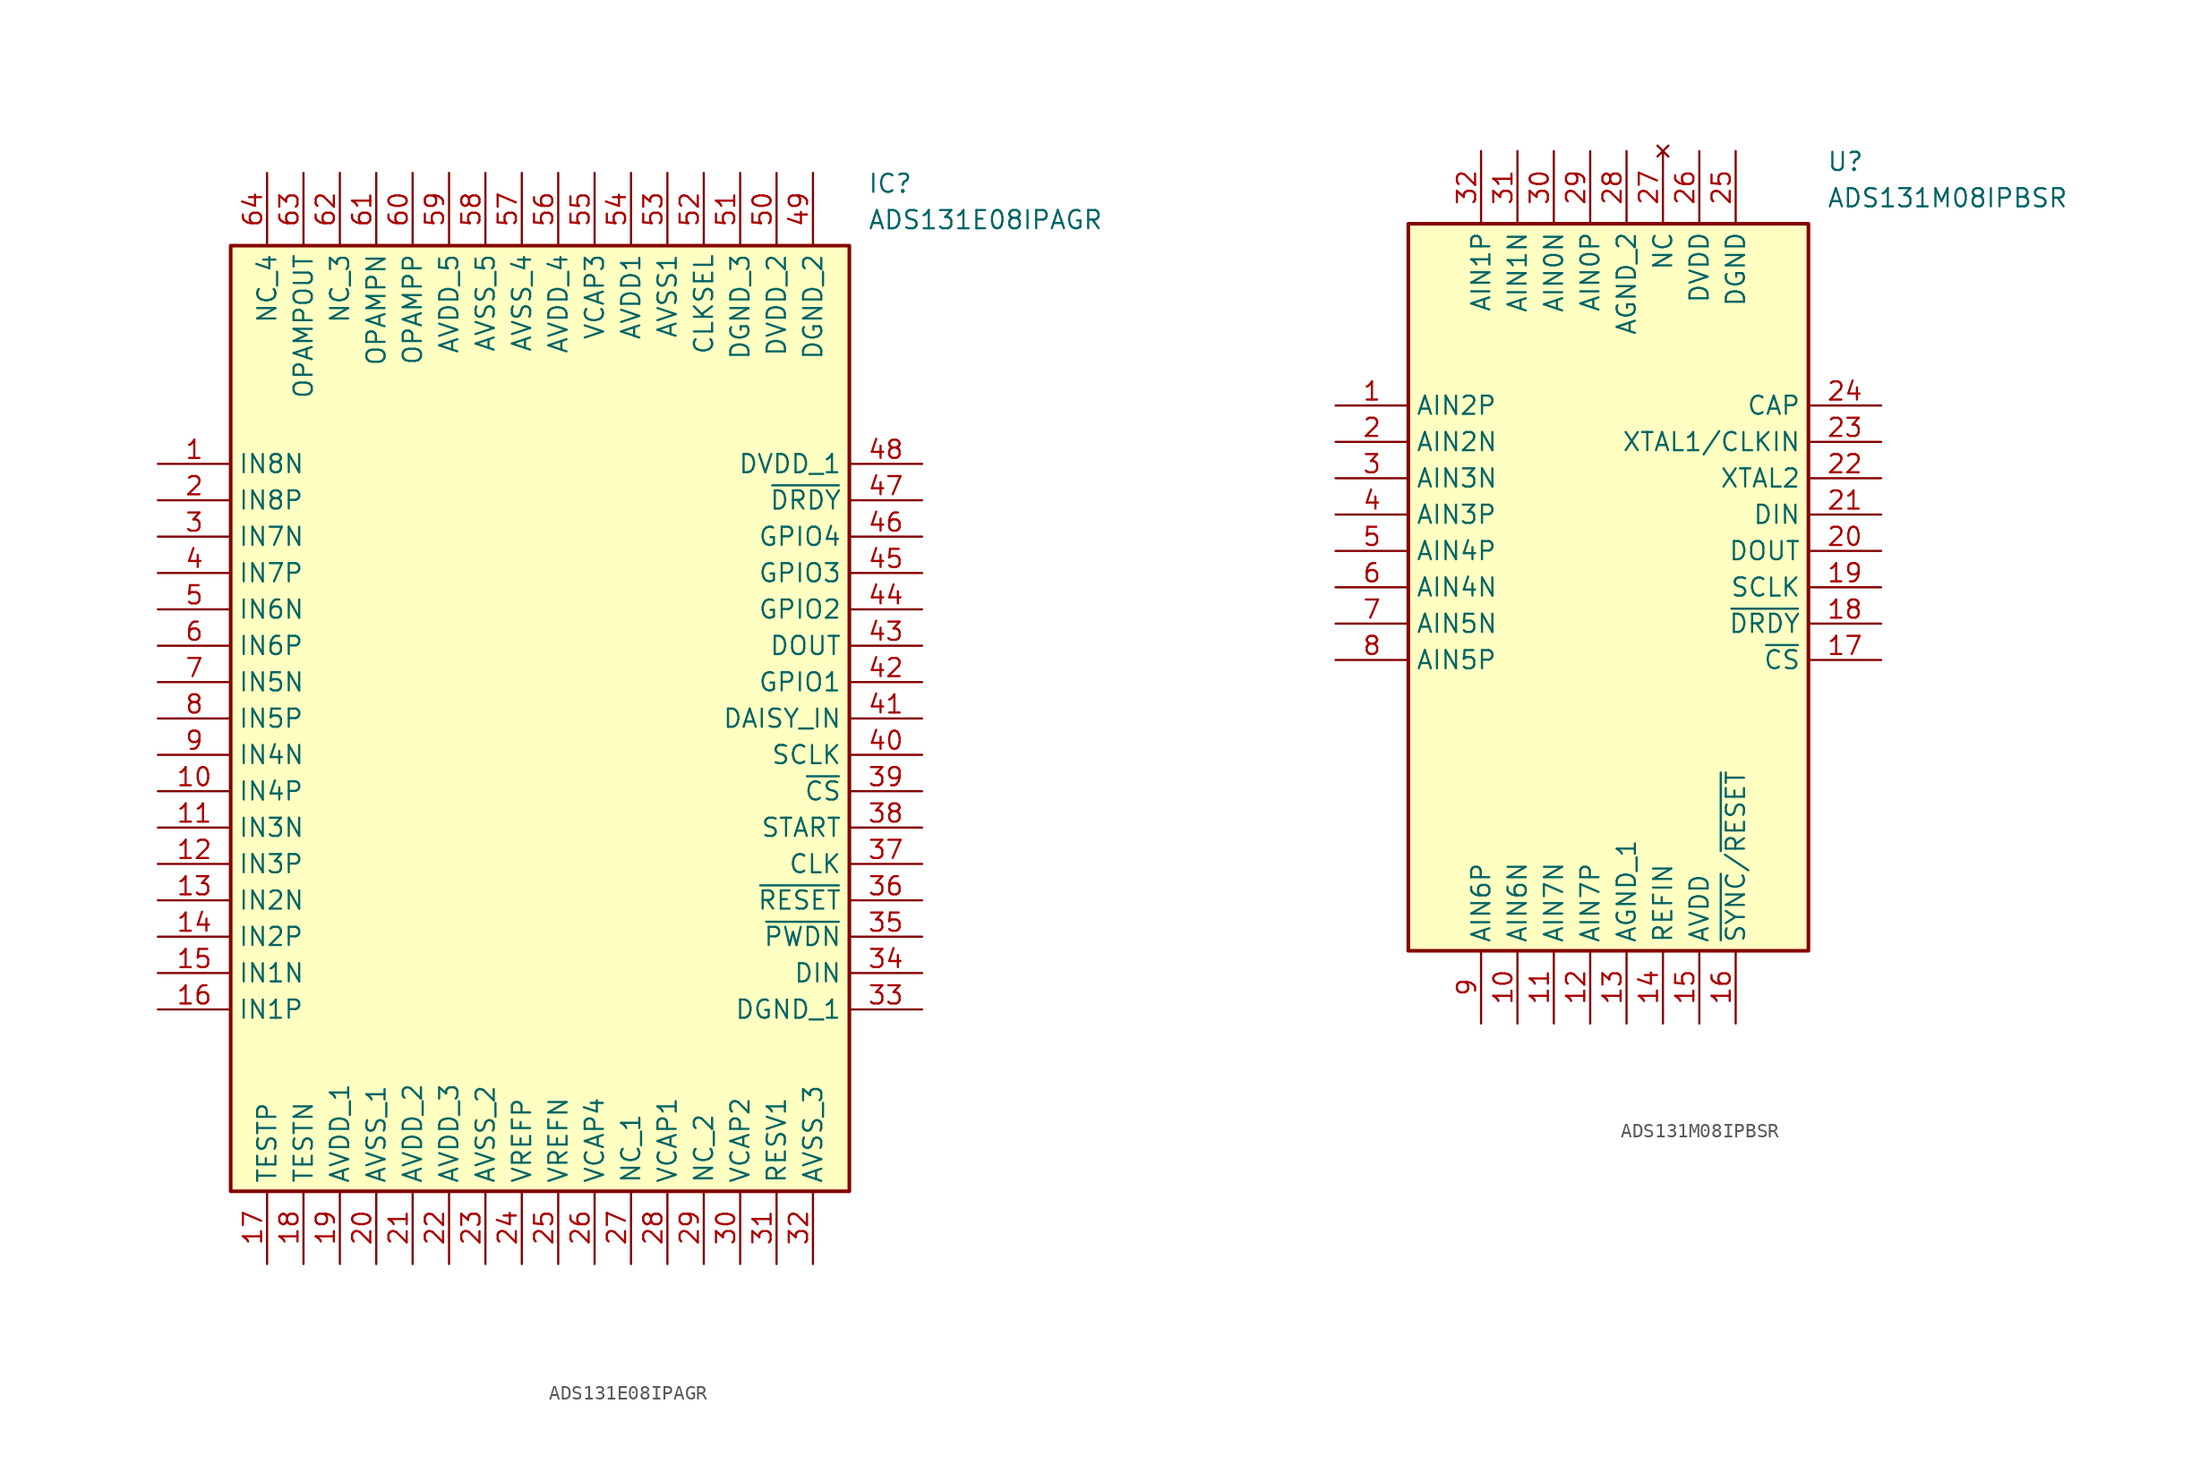
<source format=kicad_sym>
(kicad_symbol_lib
  (version 20231120)
  (generator "kicad_symbol_editor")
  (generator_version "8.0")
  (symbol "ADS131E08IPAGR"
    (property "Reference" "IC"
      (at 49.53 20.32 0)
      (effects (font (size 1.27 1.27)) (justify left top)))
    (property "Value" "ADS131E08IPAGR"
      (at 49.53 17.78 0)
      (effects (font (size 1.27 1.27)) (justify left top)))
    (symbol "ADS131E08IPAGR_1_1"
      (rectangle (start 5.08 15.24) (end 48.26 -50.8) (stroke (width 0.254) (type default)) (fill (type background)))
      (pin passive line (at 0 0 0) (length 5.08) (name "IN8N" (effects (font (size 1.27 1.27)))) (number "1" (effects (font (size 1.27 1.27)))))
      (pin passive line (at 0 -22.86 0) (length 5.08) (name "IN4P" (effects (font (size 1.27 1.27)))) (number "10" (effects (font (size 1.27 1.27)))))
      (pin passive line (at 0 -25.4 0) (length 5.08) (name "IN3N" (effects (font (size 1.27 1.27)))) (number "11" (effects (font (size 1.27 1.27)))))
      (pin passive line (at 0 -27.94 0) (length 5.08) (name "IN3P" (effects (font (size 1.27 1.27)))) (number "12" (effects (font (size 1.27 1.27)))))
      (pin passive line (at 0 -30.48 0) (length 5.08) (name "IN2N" (effects (font (size 1.27 1.27)))) (number "13" (effects (font (size 1.27 1.27)))))
      (pin passive line (at 0 -33.02 0) (length 5.08) (name "IN2P" (effects (font (size 1.27 1.27)))) (number "14" (effects (font (size 1.27 1.27)))))
      (pin passive line (at 0 -35.56 0) (length 5.08) (name "IN1N" (effects (font (size 1.27 1.27)))) (number "15" (effects (font (size 1.27 1.27)))))
      (pin passive line (at 0 -38.1 0) (length 5.08) (name "IN1P" (effects (font (size 1.27 1.27)))) (number "16" (effects (font (size 1.27 1.27)))))
      (pin passive line (at 7.62 -55.88 90) (length 5.08) (name "TESTP" (effects (font (size 1.27 1.27)))) (number "17" (effects (font (size 1.27 1.27)))))
      (pin passive line (at 10.16 -55.88 90) (length 5.08) (name "TESTN" (effects (font (size 1.27 1.27)))) (number "18" (effects (font (size 1.27 1.27)))))
      (pin passive line (at 12.7 -55.88 90) (length 5.08) (name "AVDD_1" (effects (font (size 1.27 1.27)))) (number "19" (effects (font (size 1.27 1.27)))))
      (pin passive line (at 0 -2.54 0) (length 5.08) (name "IN8P" (effects (font (size 1.27 1.27)))) (number "2" (effects (font (size 1.27 1.27)))))
      (pin passive line (at 15.24 -55.88 90) (length 5.08) (name "AVSS_1" (effects (font (size 1.27 1.27)))) (number "20" (effects (font (size 1.27 1.27)))))
      (pin passive line (at 17.78 -55.88 90) (length 5.08) (name "AVDD_2" (effects (font (size 1.27 1.27)))) (number "21" (effects (font (size 1.27 1.27)))))
      (pin passive line (at 20.32 -55.88 90) (length 5.08) (name "AVDD_3" (effects (font (size 1.27 1.27)))) (number "22" (effects (font (size 1.27 1.27)))))
      (pin passive line (at 22.86 -55.88 90) (length 5.08) (name "AVSS_2" (effects (font (size 1.27 1.27)))) (number "23" (effects (font (size 1.27 1.27)))))
      (pin passive line (at 25.4 -55.88 90) (length 5.08) (name "VREFP" (effects (font (size 1.27 1.27)))) (number "24" (effects (font (size 1.27 1.27)))))
      (pin passive line (at 27.94 -55.88 90) (length 5.08) (name "VREFN" (effects (font (size 1.27 1.27)))) (number "25" (effects (font (size 1.27 1.27)))))
      (pin passive line (at 30.48 -55.88 90) (length 5.08) (name "VCAP4" (effects (font (size 1.27 1.27)))) (number "26" (effects (font (size 1.27 1.27)))))
      (pin passive line (at 33.02 -55.88 90) (length 5.08) (name "NC_1" (effects (font (size 1.27 1.27)))) (number "27" (effects (font (size 1.27 1.27)))))
      (pin passive line (at 35.56 -55.88 90) (length 5.08) (name "VCAP1" (effects (font (size 1.27 1.27)))) (number "28" (effects (font (size 1.27 1.27)))))
      (pin passive line (at 38.1 -55.88 90) (length 5.08) (name "NC_2" (effects (font (size 1.27 1.27)))) (number "29" (effects (font (size 1.27 1.27)))))
      (pin passive line (at 0 -5.08 0) (length 5.08) (name "IN7N" (effects (font (size 1.27 1.27)))) (number "3" (effects (font (size 1.27 1.27)))))
      (pin passive line (at 40.64 -55.88 90) (length 5.08) (name "VCAP2" (effects (font (size 1.27 1.27)))) (number "30" (effects (font (size 1.27 1.27)))))
      (pin passive line (at 43.18 -55.88 90) (length 5.08) (name "RESV1" (effects (font (size 1.27 1.27)))) (number "31" (effects (font (size 1.27 1.27)))))
      (pin passive line (at 45.72 -55.88 90) (length 5.08) (name "AVSS_3" (effects (font (size 1.27 1.27)))) (number "32" (effects (font (size 1.27 1.27)))))
      (pin passive line (at 53.34 -38.1 180) (length 5.08) (name "DGND_1" (effects (font (size 1.27 1.27)))) (number "33" (effects (font (size 1.27 1.27)))))
      (pin passive line (at 53.34 -35.56 180) (length 5.08) (name "DIN" (effects (font (size 1.27 1.27)))) (number "34" (effects (font (size 1.27 1.27)))))
      (pin passive line (at 53.34 -33.02 180) (length 5.08) (name "~{PWDN}" (effects (font (size 1.27 1.27)))) (number "35" (effects (font (size 1.27 1.27)))))
      (pin passive line (at 53.34 -30.48 180) (length 5.08) (name "~{RESET}" (effects (font (size 1.27 1.27)))) (number "36" (effects (font (size 1.27 1.27)))))
      (pin passive line (at 53.34 -27.94 180) (length 5.08) (name "CLK" (effects (font (size 1.27 1.27)))) (number "37" (effects (font (size 1.27 1.27)))))
      (pin passive line (at 53.34 -25.4 180) (length 5.08) (name "START" (effects (font (size 1.27 1.27)))) (number "38" (effects (font (size 1.27 1.27)))))
      (pin passive line (at 53.34 -22.86 180) (length 5.08) (name "~{CS}" (effects (font (size 1.27 1.27)))) (number "39" (effects (font (size 1.27 1.27)))))
      (pin passive line (at 0 -7.62 0) (length 5.08) (name "IN7P" (effects (font (size 1.27 1.27)))) (number "4" (effects (font (size 1.27 1.27)))))
      (pin passive line (at 53.34 -20.32 180) (length 5.08) (name "SCLK" (effects (font (size 1.27 1.27)))) (number "40" (effects (font (size 1.27 1.27)))))
      (pin passive line (at 53.34 -17.78 180) (length 5.08) (name "DAISY_IN" (effects (font (size 1.27 1.27)))) (number "41" (effects (font (size 1.27 1.27)))))
      (pin passive line (at 53.34 -15.24 180) (length 5.08) (name "GPIO1" (effects (font (size 1.27 1.27)))) (number "42" (effects (font (size 1.27 1.27)))))
      (pin passive line (at 53.34 -12.7 180) (length 5.08) (name "DOUT" (effects (font (size 1.27 1.27)))) (number "43" (effects (font (size 1.27 1.27)))))
      (pin passive line (at 53.34 -10.16 180) (length 5.08) (name "GPIO2" (effects (font (size 1.27 1.27)))) (number "44" (effects (font (size 1.27 1.27)))))
      (pin passive line (at 53.34 -7.62 180) (length 5.08) (name "GPIO3" (effects (font (size 1.27 1.27)))) (number "45" (effects (font (size 1.27 1.27)))))
      (pin passive line (at 53.34 -5.08 180) (length 5.08) (name "GPIO4" (effects (font (size 1.27 1.27)))) (number "46" (effects (font (size 1.27 1.27)))))
      (pin passive line (at 53.34 -2.54 180) (length 5.08) (name "~{DRDY}" (effects (font (size 1.27 1.27)))) (number "47" (effects (font (size 1.27 1.27)))))
      (pin passive line (at 53.34 0 180) (length 5.08) (name "DVDD_1" (effects (font (size 1.27 1.27)))) (number "48" (effects (font (size 1.27 1.27)))))
      (pin passive line (at 45.72 20.32 270) (length 5.08) (name "DGND_2" (effects (font (size 1.27 1.27)))) (number "49" (effects (font (size 1.27 1.27)))))
      (pin passive line (at 0 -10.16 0) (length 5.08) (name "IN6N" (effects (font (size 1.27 1.27)))) (number "5" (effects (font (size 1.27 1.27)))))
      (pin passive line (at 43.18 20.32 270) (length 5.08) (name "DVDD_2" (effects (font (size 1.27 1.27)))) (number "50" (effects (font (size 1.27 1.27)))))
      (pin passive line (at 40.64 20.32 270) (length 5.08) (name "DGND_3" (effects (font (size 1.27 1.27)))) (number "51" (effects (font (size 1.27 1.27)))))
      (pin passive line (at 38.1 20.32 270) (length 5.08) (name "CLKSEL" (effects (font (size 1.27 1.27)))) (number "52" (effects (font (size 1.27 1.27)))))
      (pin passive line (at 35.56 20.32 270) (length 5.08) (name "AVSS1" (effects (font (size 1.27 1.27)))) (number "53" (effects (font (size 1.27 1.27)))))
      (pin passive line (at 33.02 20.32 270) (length 5.08) (name "AVDD1" (effects (font (size 1.27 1.27)))) (number "54" (effects (font (size 1.27 1.27)))))
      (pin passive line (at 30.48 20.32 270) (length 5.08) (name "VCAP3" (effects (font (size 1.27 1.27)))) (number "55" (effects (font (size 1.27 1.27)))))
      (pin passive line (at 27.94 20.32 270) (length 5.08) (name "AVDD_4" (effects (font (size 1.27 1.27)))) (number "56" (effects (font (size 1.27 1.27)))))
      (pin passive line (at 25.4 20.32 270) (length 5.08) (name "AVSS_4" (effects (font (size 1.27 1.27)))) (number "57" (effects (font (size 1.27 1.27)))))
      (pin passive line (at 22.86 20.32 270) (length 5.08) (name "AVSS_5" (effects (font (size 1.27 1.27)))) (number "58" (effects (font (size 1.27 1.27)))))
      (pin passive line (at 20.32 20.32 270) (length 5.08) (name "AVDD_5" (effects (font (size 1.27 1.27)))) (number "59" (effects (font (size 1.27 1.27)))))
      (pin passive line (at 0 -12.7 0) (length 5.08) (name "IN6P" (effects (font (size 1.27 1.27)))) (number "6" (effects (font (size 1.27 1.27)))))
      (pin passive line (at 17.78 20.32 270) (length 5.08) (name "OPAMPP" (effects (font (size 1.27 1.27)))) (number "60" (effects (font (size 1.27 1.27)))))
      (pin passive line (at 15.24 20.32 270) (length 5.08) (name "OPAMPN" (effects (font (size 1.27 1.27)))) (number "61" (effects (font (size 1.27 1.27)))))
      (pin passive line (at 12.7 20.32 270) (length 5.08) (name "NC_3" (effects (font (size 1.27 1.27)))) (number "62" (effects (font (size 1.27 1.27)))))
      (pin passive line (at 10.16 20.32 270) (length 5.08) (name "OPAMPOUT" (effects (font (size 1.27 1.27)))) (number "63" (effects (font (size 1.27 1.27)))))
      (pin passive line (at 7.62 20.32 270) (length 5.08) (name "NC_4" (effects (font (size 1.27 1.27)))) (number "64" (effects (font (size 1.27 1.27)))))
      (pin passive line (at 0 -15.24 0) (length 5.08) (name "IN5N" (effects (font (size 1.27 1.27)))) (number "7" (effects (font (size 1.27 1.27)))))
      (pin passive line (at 0 -17.78 0) (length 5.08) (name "IN5P" (effects (font (size 1.27 1.27)))) (number "8" (effects (font (size 1.27 1.27)))))
      (pin passive line (at 0 -20.32 0) (length 5.08) (name "IN4N" (effects (font (size 1.27 1.27)))) (number "9" (effects (font (size 1.27 1.27)))))))
  (symbol "ADS131M08IPBSR"
    (property "Reference" "U"
      (at 34.29 17.78 0)
      (effects (font (size 1.27 1.27)) (justify left top)))
    (property "Value" "ADS131M08IPBSR"
      (at 34.29 15.24 0)
      (effects (font (size 1.27 1.27)) (justify left top)))
    (symbol "ADS131M08IPBSR_1_1"
      (rectangle (start 5.08 12.7) (end 33.02 -38.1) (stroke (width 0.254) (type default)) (fill (type background)))
      (pin input line (at 0 0 0) (length 5.08) (name "AIN2P" (effects (font (size 1.27 1.27)))) (number "1" (effects (font (size 1.27 1.27)))))
      (pin input line (at 12.7 -43.18 90) (length 5.08) (name "AIN6N" (effects (font (size 1.27 1.27)))) (number "10" (effects (font (size 1.27 1.27)))))
      (pin input line (at 15.24 -43.18 90) (length 5.08) (name "AIN7N" (effects (font (size 1.27 1.27)))) (number "11" (effects (font (size 1.27 1.27)))))
      (pin input line (at 17.78 -43.18 90) (length 5.08) (name "AIN7P" (effects (font (size 1.27 1.27)))) (number "12" (effects (font (size 1.27 1.27)))))
      (pin power_in line (at 20.32 -43.18 90) (length 5.08) (name "AGND_1" (effects (font (size 1.27 1.27)))) (number "13" (effects (font (size 1.27 1.27)))))
      (pin passive line (at 22.86 -43.18 90) (length 5.08) (name "REFIN" (effects (font (size 1.27 1.27)))) (number "14" (effects (font (size 1.27 1.27)))))
      (pin power_in line (at 25.4 -43.18 90) (length 5.08) (name "AVDD" (effects (font (size 1.27 1.27)))) (number "15" (effects (font (size 1.27 1.27)))))
      (pin input line (at 27.94 -43.18 90) (length 5.08) (name "~{SYNC}/~{RESET}" (effects (font (size 1.27 1.27)))) (number "16" (effects (font (size 1.27 1.27)))))
      (pin input line (at 38.1 -17.78 180) (length 5.08) (name "~{CS}" (effects (font (size 1.27 1.27)))) (number "17" (effects (font (size 1.27 1.27)))))
      (pin output line (at 38.1 -15.24 180) (length 5.08) (name "~{DRDY}" (effects (font (size 1.27 1.27)))) (number "18" (effects (font (size 1.27 1.27)))))
      (pin input line (at 38.1 -12.7 180) (length 5.08) (name "SCLK" (effects (font (size 1.27 1.27)))) (number "19" (effects (font (size 1.27 1.27)))))
      (pin input line (at 0 -2.54 0) (length 5.08) (name "AIN2N" (effects (font (size 1.27 1.27)))) (number "2" (effects (font (size 1.27 1.27)))))
      (pin output line (at 38.1 -10.16 180) (length 5.08) (name "DOUT" (effects (font (size 1.27 1.27)))) (number "20" (effects (font (size 1.27 1.27)))))
      (pin input line (at 38.1 -7.62 180) (length 5.08) (name "DIN" (effects (font (size 1.27 1.27)))) (number "21" (effects (font (size 1.27 1.27)))))
      (pin output line (at 38.1 -5.08 180) (length 5.08) (name "XTAL2" (effects (font (size 1.27 1.27)))) (number "22" (effects (font (size 1.27 1.27)))))
      (pin input line (at 38.1 -2.54 180) (length 5.08) (name "XTAL1/CLKIN" (effects (font (size 1.27 1.27)))) (number "23" (effects (font (size 1.27 1.27)))))
      (pin output line (at 38.1 0 180) (length 5.08) (name "CAP" (effects (font (size 1.27 1.27)))) (number "24" (effects (font (size 1.27 1.27)))))
      (pin power_in line (at 27.94 17.78 270) (length 5.08) (name "DGND" (effects (font (size 1.27 1.27)))) (number "25" (effects (font (size 1.27 1.27)))))
      (pin power_in line (at 25.4 17.78 270) (length 5.08) (name "DVDD" (effects (font (size 1.27 1.27)))) (number "26" (effects (font (size 1.27 1.27)))))
      (pin no_connect line (at 22.86 17.78 270) (length 5.08) (name "NC" (effects (font (size 1.27 1.27)))) (number "27" (effects (font (size 1.27 1.27)))))
      (pin power_in line (at 20.32 17.78 270) (length 5.08) (name "AGND_2" (effects (font (size 1.27 1.27)))) (number "28" (effects (font (size 1.27 1.27)))))
      (pin input line (at 17.78 17.78 270) (length 5.08) (name "AIN0P" (effects (font (size 1.27 1.27)))) (number "29" (effects (font (size 1.27 1.27)))))
      (pin input line (at 0 -5.08 0) (length 5.08) (name "AIN3N" (effects (font (size 1.27 1.27)))) (number "3" (effects (font (size 1.27 1.27)))))
      (pin input line (at 15.24 17.78 270) (length 5.08) (name "AIN0N" (effects (font (size 1.27 1.27)))) (number "30" (effects (font (size 1.27 1.27)))))
      (pin input line (at 12.7 17.78 270) (length 5.08) (name "AIN1N" (effects (font (size 1.27 1.27)))) (number "31" (effects (font (size 1.27 1.27)))))
      (pin input line (at 10.16 17.78 270) (length 5.08) (name "AIN1P" (effects (font (size 1.27 1.27)))) (number "32" (effects (font (size 1.27 1.27)))))
      (pin input line (at 0 -7.62 0) (length 5.08) (name "AIN3P" (effects (font (size 1.27 1.27)))) (number "4" (effects (font (size 1.27 1.27)))))
      (pin input line (at 0 -10.16 0) (length 5.08) (name "AIN4P" (effects (font (size 1.27 1.27)))) (number "5" (effects (font (size 1.27 1.27)))))
      (pin input line (at 0 -12.7 0) (length 5.08) (name "AIN4N" (effects (font (size 1.27 1.27)))) (number "6" (effects (font (size 1.27 1.27)))))
      (pin input line (at 0 -15.24 0) (length 5.08) (name "AIN5N" (effects (font (size 1.27 1.27)))) (number "7" (effects (font (size 1.27 1.27)))))
      (pin input line (at 0 -17.78 0) (length 5.08) (name "AIN5P" (effects (font (size 1.27 1.27)))) (number "8" (effects (font (size 1.27 1.27)))))
      (pin input line (at 10.16 -43.18 90) (length 5.08) (name "AIN6P" (effects (font (size 1.27 1.27)))) (number "9" (effects (font (size 1.27 1.27))))))))
</source>
